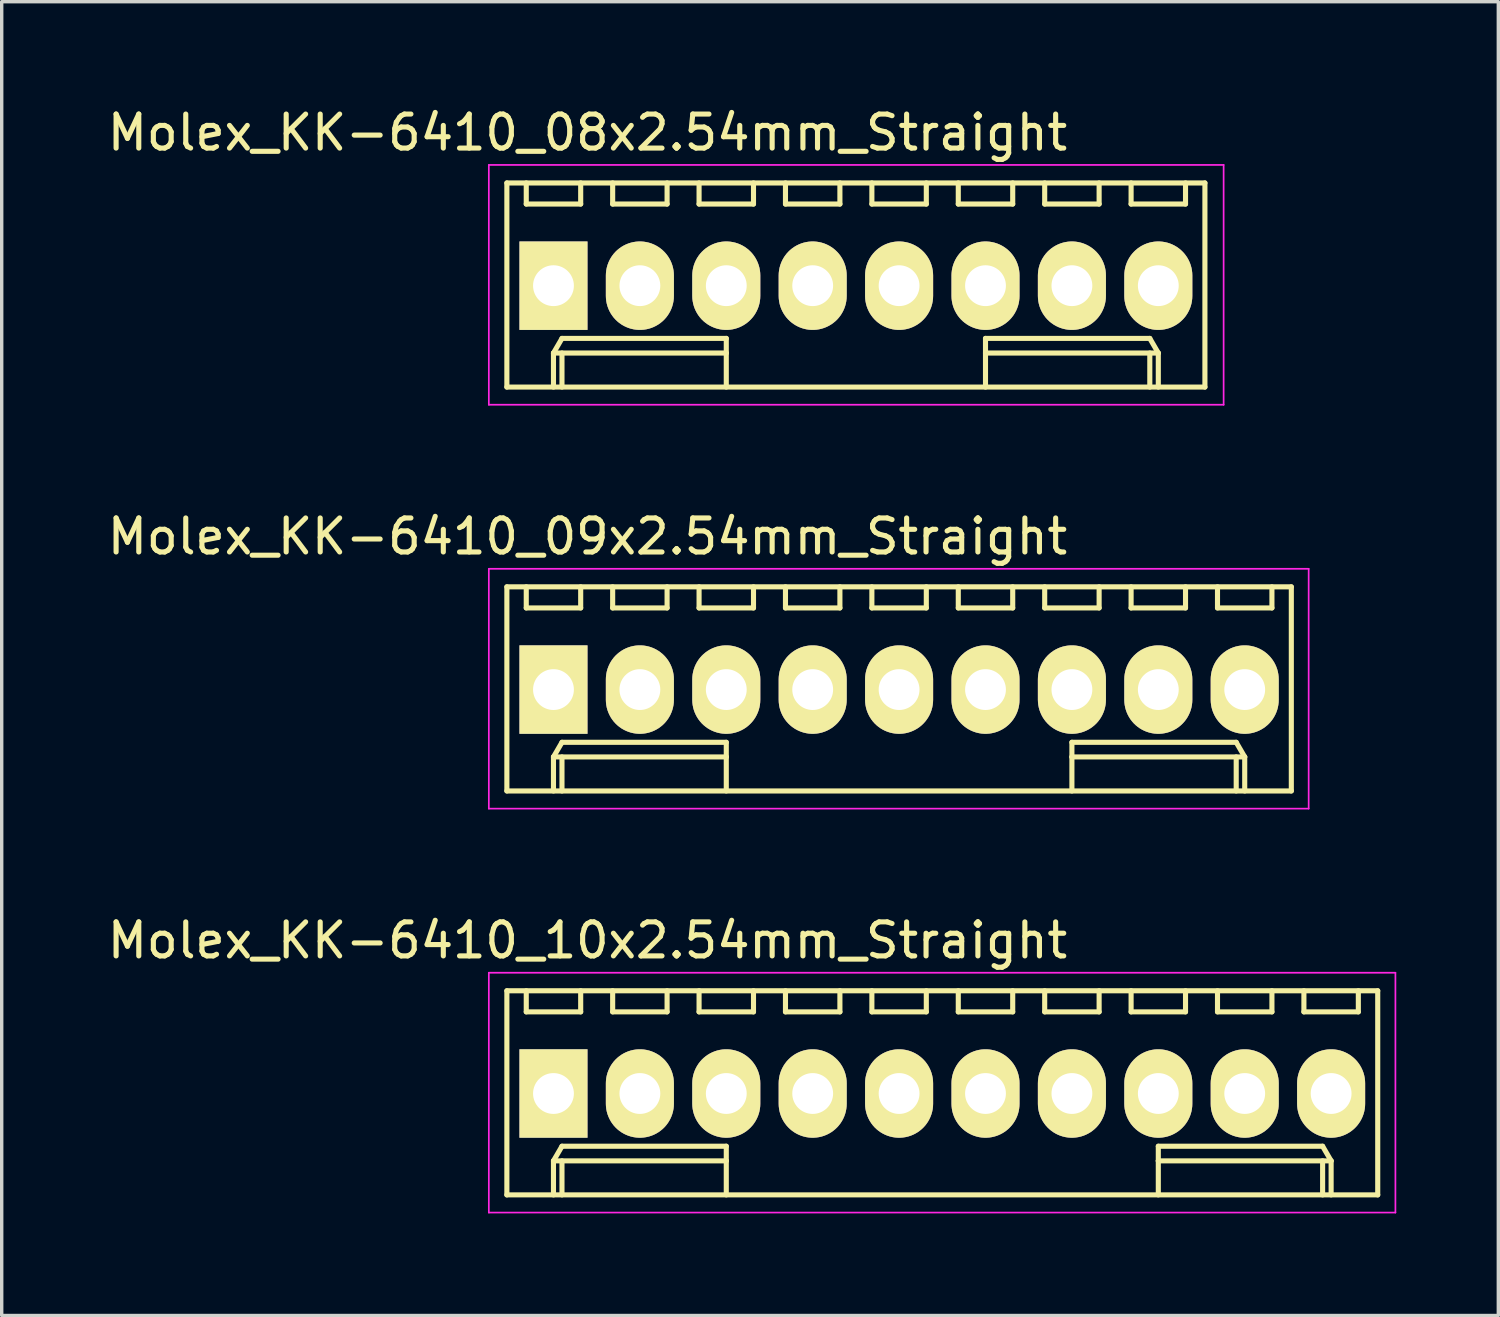
<source format=kicad_pcb>
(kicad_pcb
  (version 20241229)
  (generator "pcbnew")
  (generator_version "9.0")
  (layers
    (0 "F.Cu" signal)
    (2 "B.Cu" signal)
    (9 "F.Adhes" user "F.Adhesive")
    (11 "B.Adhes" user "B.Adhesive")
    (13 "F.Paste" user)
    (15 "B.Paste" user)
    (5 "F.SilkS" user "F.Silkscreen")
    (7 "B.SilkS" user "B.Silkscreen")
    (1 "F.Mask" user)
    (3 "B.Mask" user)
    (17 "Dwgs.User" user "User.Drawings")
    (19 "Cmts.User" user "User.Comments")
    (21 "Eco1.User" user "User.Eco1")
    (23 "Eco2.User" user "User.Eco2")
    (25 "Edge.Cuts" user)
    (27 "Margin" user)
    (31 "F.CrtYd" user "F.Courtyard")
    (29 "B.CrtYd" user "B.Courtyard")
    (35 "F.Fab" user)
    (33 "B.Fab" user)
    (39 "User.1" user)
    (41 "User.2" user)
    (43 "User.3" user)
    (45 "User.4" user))
  (footprint "Molex_KK-6410_09x2.54mm_Straight"
    (layer "F.Cu")
    (at 13.22 17.221)
    (property "Reference" "Molex_KK-6410_09x2.54mm_Straight" (at 1 -4.5 0) (layer "F.SilkS") (effects (font (size 1 1) (thickness 0.15))))
    (attr through_hole)
    (fp_line (start -1.37 -3.02) (end -1.37 2.98) (stroke (width 0.15) (type solid)) (layer "F.SilkS"))
    (fp_line (start -1.37 2.98) (end 21.69 2.98) (stroke (width 0.15) (type solid)) (layer "F.SilkS"))
    (fp_line (start -0.8 -3.02) (end -0.8 -2.4) (stroke (width 0.15) (type solid)) (layer "F.SilkS"))
    (fp_line (start -0.8 -2.4) (end 0.8 -2.4) (stroke (width 0.15) (type solid)) (layer "F.SilkS"))
    (fp_line (start 0 1.98) (end 0.25 1.55) (stroke (width 0.15) (type solid)) (layer "F.SilkS"))
    (fp_line (start 0 1.98) (end 5.08 1.98) (stroke (width 0.15) (type solid)) (layer "F.SilkS"))
    (fp_line (start 0 2.98) (end 0 1.98) (stroke (width 0.15) (type solid)) (layer "F.SilkS"))
    (fp_line (start 0.25 1.55) (end 5.08 1.55) (stroke (width 0.15) (type solid)) (layer "F.SilkS"))
    (fp_line (start 0.25 2.98) (end 0.25 1.98) (stroke (width 0.15) (type solid)) (layer "F.SilkS"))
    (fp_line (start 0.8 -2.4) (end 0.8 -3.02) (stroke (width 0.15) (type solid)) (layer "F.SilkS"))
    (fp_line (start 1.74 -3.02) (end 1.74 -2.4) (stroke (width 0.15) (type solid)) (layer "F.SilkS"))
    (fp_line (start 1.74 -2.4) (end 3.34 -2.4) (stroke (width 0.15) (type solid)) (layer "F.SilkS"))
    (fp_line (start 3.34 -2.4) (end 3.34 -3.02) (stroke (width 0.15) (type solid)) (layer "F.SilkS"))
    (fp_line (start 4.28 -3.02) (end 4.28 -2.4) (stroke (width 0.15) (type solid)) (layer "F.SilkS"))
    (fp_line (start 4.28 -2.4) (end 5.88 -2.4) (stroke (width 0.15) (type solid)) (layer "F.SilkS"))
    (fp_line (start 5.08 1.55) (end 5.08 1.98) (stroke (width 0.15) (type solid)) (layer "F.SilkS"))
    (fp_line (start 5.08 1.98) (end 5.08 2.98) (stroke (width 0.15) (type solid)) (layer "F.SilkS"))
    (fp_line (start 5.88 -2.4) (end 5.88 -3.02) (stroke (width 0.15) (type solid)) (layer "F.SilkS"))
    (fp_line (start 6.82 -3.02) (end 6.82 -2.4) (stroke (width 0.15) (type solid)) (layer "F.SilkS"))
    (fp_line (start 6.82 -2.4) (end 8.42 -2.4) (stroke (width 0.15) (type solid)) (layer "F.SilkS"))
    (fp_line (start 8.42 -2.4) (end 8.42 -3.02) (stroke (width 0.15) (type solid)) (layer "F.SilkS"))
    (fp_line (start 9.36 -3.02) (end 9.36 -2.4) (stroke (width 0.15) (type solid)) (layer "F.SilkS"))
    (fp_line (start 9.36 -2.4) (end 10.96 -2.4) (stroke (width 0.15) (type solid)) (layer "F.SilkS"))
    (fp_line (start 10.96 -2.4) (end 10.96 -3.02) (stroke (width 0.15) (type solid)) (layer "F.SilkS"))
    (fp_line (start 11.9 -3.02) (end 11.9 -2.4) (stroke (width 0.15) (type solid)) (layer "F.SilkS"))
    (fp_line (start 11.9 -2.4) (end 13.5 -2.4) (stroke (width 0.15) (type solid)) (layer "F.SilkS"))
    (fp_line (start 13.5 -2.4) (end 13.5 -3.02) (stroke (width 0.15) (type solid)) (layer "F.SilkS"))
    (fp_line (start 14.44 -3.02) (end 14.44 -2.4) (stroke (width 0.15) (type solid)) (layer "F.SilkS"))
    (fp_line (start 14.44 -2.4) (end 16.04 -2.4) (stroke (width 0.15) (type solid)) (layer "F.SilkS"))
    (fp_line (start 15.24 1.55) (end 15.24 1.98) (stroke (width 0.15) (type solid)) (layer "F.SilkS"))
    (fp_line (start 15.24 1.98) (end 15.24 2.98) (stroke (width 0.15) (type solid)) (layer "F.SilkS"))
    (fp_line (start 16.04 -2.4) (end 16.04 -3.02) (stroke (width 0.15) (type solid)) (layer "F.SilkS"))
    (fp_line (start 16.98 -3.02) (end 16.98 -2.4) (stroke (width 0.15) (type solid)) (layer "F.SilkS"))
    (fp_line (start 16.98 -2.4) (end 18.58 -2.4) (stroke (width 0.15) (type solid)) (layer "F.SilkS"))
    (fp_line (start 18.58 -2.4) (end 18.58 -3.02) (stroke (width 0.15) (type solid)) (layer "F.SilkS"))
    (fp_line (start 19.52 -3.02) (end 19.52 -2.4) (stroke (width 0.15) (type solid)) (layer "F.SilkS"))
    (fp_line (start 19.52 -2.4) (end 21.12 -2.4) (stroke (width 0.15) (type solid)) (layer "F.SilkS"))
    (fp_line (start 20.07 1.55) (end 15.24 1.55) (stroke (width 0.15) (type solid)) (layer "F.SilkS"))
    (fp_line (start 20.07 2.98) (end 20.07 1.98) (stroke (width 0.15) (type solid)) (layer "F.SilkS"))
    (fp_line (start 20.32 1.98) (end 15.24 1.98) (stroke (width 0.15) (type solid)) (layer "F.SilkS"))
    (fp_line (start 20.32 1.98) (end 20.07 1.55) (stroke (width 0.15) (type solid)) (layer "F.SilkS"))
    (fp_line (start 20.32 2.98) (end 20.32 1.98) (stroke (width 0.15) (type solid)) (layer "F.SilkS"))
    (fp_line (start 21.12 -2.4) (end 21.12 -3.02) (stroke (width 0.15) (type solid)) (layer "F.SilkS"))
    (fp_line (start 21.69 -3.02) (end -1.37 -3.02) (stroke (width 0.15) (type solid)) (layer "F.SilkS"))
    (fp_line (start 21.69 2.98) (end 21.69 -3.02) (stroke (width 0.15) (type solid)) (layer "F.SilkS"))
    (fp_line (start -1.9 -3.55) (end 22.2 -3.55) (stroke (width 0.05) (type solid)) (layer "F.CrtYd"))
    (fp_line (start -1.9 3.5) (end -1.9 -3.55) (stroke (width 0.05) (type solid)) (layer "F.CrtYd"))
    (fp_line (start 22.2 -3.55) (end 22.2 3.5) (stroke (width 0.05) (type solid)) (layer "F.CrtYd"))
    (fp_line (start 22.2 3.5) (end -1.9 3.5) (stroke (width 0.05) (type solid)) (layer "F.CrtYd"))
    (pad "1" thru_hole rect (at 0 0) (size 2 2.6) (drill 1.2) (layers "*.Cu" "*.Mask" "F.SilkS"))
    (pad "2" thru_hole oval (at 2.54 0) (size 2 2.6) (drill 1.2) (layers "*.Cu" "*.Mask" "F.SilkS"))
    (pad "3" thru_hole oval (at 5.08 0) (size 2 2.6) (drill 1.2) (layers "*.Cu" "*.Mask" "F.SilkS"))
    (pad "4" thru_hole oval (at 7.62 0) (size 2 2.6) (drill 1.2) (layers "*.Cu" "*.Mask" "F.SilkS"))
    (pad "5" thru_hole oval (at 10.16 0) (size 2 2.6) (drill 1.2) (layers "*.Cu" "*.Mask" "F.SilkS"))
    (pad "6" thru_hole oval (at 12.7 0) (size 2 2.6) (drill 1.2) (layers "*.Cu" "*.Mask" "F.SilkS"))
    (pad "7" thru_hole oval (at 15.24 0) (size 2 2.6) (drill 1.2) (layers "*.Cu" "*.Mask" "F.SilkS"))
    (pad "8" thru_hole oval (at 17.78 0) (size 2 2.6) (drill 1.2) (layers "*.Cu" "*.Mask" "F.SilkS"))
    (pad "9" thru_hole oval (at 20.32 0) (size 2 2.6) (drill 1.2) (layers "*.Cu" "*.Mask" "F.SilkS")))
  (footprint "Molex_KK-6410_10x2.54mm_Straight"
    (layer "F.Cu")
    (at 13.22 29.095)
    (property "Reference" "Molex_KK-6410_10x2.54mm_Straight" (at 1 -4.5 0) (layer "F.SilkS") (effects (font (size 1 1) (thickness 0.15))))
    (attr through_hole)
    (fp_line (start -1.37 -3.02) (end -1.37 2.98) (stroke (width 0.15) (type solid)) (layer "F.SilkS"))
    (fp_line (start -1.37 2.98) (end 24.23 2.98) (stroke (width 0.15) (type solid)) (layer "F.SilkS"))
    (fp_line (start -0.8 -3.02) (end -0.8 -2.4) (stroke (width 0.15) (type solid)) (layer "F.SilkS"))
    (fp_line (start -0.8 -2.4) (end 0.8 -2.4) (stroke (width 0.15) (type solid)) (layer "F.SilkS"))
    (fp_line (start 0 1.98) (end 0.25 1.55) (stroke (width 0.15) (type solid)) (layer "F.SilkS"))
    (fp_line (start 0 1.98) (end 5.08 1.98) (stroke (width 0.15) (type solid)) (layer "F.SilkS"))
    (fp_line (start 0 2.98) (end 0 1.98) (stroke (width 0.15) (type solid)) (layer "F.SilkS"))
    (fp_line (start 0.25 1.55) (end 5.08 1.55) (stroke (width 0.15) (type solid)) (layer "F.SilkS"))
    (fp_line (start 0.25 2.98) (end 0.25 1.98) (stroke (width 0.15) (type solid)) (layer "F.SilkS"))
    (fp_line (start 0.8 -2.4) (end 0.8 -3.02) (stroke (width 0.15) (type solid)) (layer "F.SilkS"))
    (fp_line (start 1.74 -3.02) (end 1.74 -2.4) (stroke (width 0.15) (type solid)) (layer "F.SilkS"))
    (fp_line (start 1.74 -2.4) (end 3.34 -2.4) (stroke (width 0.15) (type solid)) (layer "F.SilkS"))
    (fp_line (start 3.34 -2.4) (end 3.34 -3.02) (stroke (width 0.15) (type solid)) (layer "F.SilkS"))
    (fp_line (start 4.28 -3.02) (end 4.28 -2.4) (stroke (width 0.15) (type solid)) (layer "F.SilkS"))
    (fp_line (start 4.28 -2.4) (end 5.88 -2.4) (stroke (width 0.15) (type solid)) (layer "F.SilkS"))
    (fp_line (start 5.08 1.55) (end 5.08 1.98) (stroke (width 0.15) (type solid)) (layer "F.SilkS"))
    (fp_line (start 5.08 1.98) (end 5.08 2.98) (stroke (width 0.15) (type solid)) (layer "F.SilkS"))
    (fp_line (start 5.88 -2.4) (end 5.88 -3.02) (stroke (width 0.15) (type solid)) (layer "F.SilkS"))
    (fp_line (start 6.82 -3.02) (end 6.82 -2.4) (stroke (width 0.15) (type solid)) (layer "F.SilkS"))
    (fp_line (start 6.82 -2.4) (end 8.42 -2.4) (stroke (width 0.15) (type solid)) (layer "F.SilkS"))
    (fp_line (start 8.42 -2.4) (end 8.42 -3.02) (stroke (width 0.15) (type solid)) (layer "F.SilkS"))
    (fp_line (start 9.36 -3.02) (end 9.36 -2.4) (stroke (width 0.15) (type solid)) (layer "F.SilkS"))
    (fp_line (start 9.36 -2.4) (end 10.96 -2.4) (stroke (width 0.15) (type solid)) (layer "F.SilkS"))
    (fp_line (start 10.96 -2.4) (end 10.96 -3.02) (stroke (width 0.15) (type solid)) (layer "F.SilkS"))
    (fp_line (start 11.9 -3.02) (end 11.9 -2.4) (stroke (width 0.15) (type solid)) (layer "F.SilkS"))
    (fp_line (start 11.9 -2.4) (end 13.5 -2.4) (stroke (width 0.15) (type solid)) (layer "F.SilkS"))
    (fp_line (start 13.5 -2.4) (end 13.5 -3.02) (stroke (width 0.15) (type solid)) (layer "F.SilkS"))
    (fp_line (start 14.44 -3.02) (end 14.44 -2.4) (stroke (width 0.15) (type solid)) (layer "F.SilkS"))
    (fp_line (start 14.44 -2.4) (end 16.04 -2.4) (stroke (width 0.15) (type solid)) (layer "F.SilkS"))
    (fp_line (start 16.04 -2.4) (end 16.04 -3.02) (stroke (width 0.15) (type solid)) (layer "F.SilkS"))
    (fp_line (start 16.98 -3.02) (end 16.98 -2.4) (stroke (width 0.15) (type solid)) (layer "F.SilkS"))
    (fp_line (start 16.98 -2.4) (end 18.58 -2.4) (stroke (width 0.15) (type solid)) (layer "F.SilkS"))
    (fp_line (start 17.78 1.55) (end 17.78 1.98) (stroke (width 0.15) (type solid)) (layer "F.SilkS"))
    (fp_line (start 17.78 1.98) (end 17.78 2.98) (stroke (width 0.15) (type solid)) (layer "F.SilkS"))
    (fp_line (start 18.58 -2.4) (end 18.58 -3.02) (stroke (width 0.15) (type solid)) (layer "F.SilkS"))
    (fp_line (start 19.52 -3.02) (end 19.52 -2.4) (stroke (width 0.15) (type solid)) (layer "F.SilkS"))
    (fp_line (start 19.52 -2.4) (end 21.12 -2.4) (stroke (width 0.15) (type solid)) (layer "F.SilkS"))
    (fp_line (start 21.12 -2.4) (end 21.12 -3.02) (stroke (width 0.15) (type solid)) (layer "F.SilkS"))
    (fp_line (start 22.06 -3.02) (end 22.06 -2.4) (stroke (width 0.15) (type solid)) (layer "F.SilkS"))
    (fp_line (start 22.06 -2.4) (end 23.66 -2.4) (stroke (width 0.15) (type solid)) (layer "F.SilkS"))
    (fp_line (start 22.61 1.55) (end 17.78 1.55) (stroke (width 0.15) (type solid)) (layer "F.SilkS"))
    (fp_line (start 22.61 2.98) (end 22.61 1.98) (stroke (width 0.15) (type solid)) (layer "F.SilkS"))
    (fp_line (start 22.86 1.98) (end 17.78 1.98) (stroke (width 0.15) (type solid)) (layer "F.SilkS"))
    (fp_line (start 22.86 1.98) (end 22.61 1.55) (stroke (width 0.15) (type solid)) (layer "F.SilkS"))
    (fp_line (start 22.86 2.98) (end 22.86 1.98) (stroke (width 0.15) (type solid)) (layer "F.SilkS"))
    (fp_line (start 23.66 -2.4) (end 23.66 -3.02) (stroke (width 0.15) (type solid)) (layer "F.SilkS"))
    (fp_line (start 24.23 -3.02) (end -1.37 -3.02) (stroke (width 0.15) (type solid)) (layer "F.SilkS"))
    (fp_line (start 24.23 2.98) (end 24.23 -3.02) (stroke (width 0.15) (type solid)) (layer "F.SilkS"))
    (fp_line (start -1.9 -3.55) (end 24.75 -3.55) (stroke (width 0.05) (type solid)) (layer "F.CrtYd"))
    (fp_line (start -1.9 3.5) (end -1.9 -3.55) (stroke (width 0.05) (type solid)) (layer "F.CrtYd"))
    (fp_line (start 24.75 -3.55) (end 24.75 3.5) (stroke (width 0.05) (type solid)) (layer "F.CrtYd"))
    (fp_line (start 24.75 3.5) (end -1.9 3.5) (stroke (width 0.05) (type solid)) (layer "F.CrtYd"))
    (pad "1" thru_hole rect (at 0 0) (size 2 2.6) (drill 1.2) (layers "*.Cu" "*.Mask" "F.SilkS"))
    (pad "2" thru_hole oval (at 2.54 0) (size 2 2.6) (drill 1.2) (layers "*.Cu" "*.Mask" "F.SilkS"))
    (pad "3" thru_hole oval (at 5.08 0) (size 2 2.6) (drill 1.2) (layers "*.Cu" "*.Mask" "F.SilkS"))
    (pad "4" thru_hole oval (at 7.62 0) (size 2 2.6) (drill 1.2) (layers "*.Cu" "*.Mask" "F.SilkS"))
    (pad "5" thru_hole oval (at 10.16 0) (size 2 2.6) (drill 1.2) (layers "*.Cu" "*.Mask" "F.SilkS"))
    (pad "6" thru_hole oval (at 12.7 0) (size 2 2.6) (drill 1.2) (layers "*.Cu" "*.Mask" "F.SilkS"))
    (pad "7" thru_hole oval (at 15.24 0) (size 2 2.6) (drill 1.2) (layers "*.Cu" "*.Mask" "F.SilkS"))
    (pad "8" thru_hole oval (at 17.78 0) (size 2 2.6) (drill 1.2) (layers "*.Cu" "*.Mask" "F.SilkS"))
    (pad "9" thru_hole oval (at 20.32 0) (size 2 2.6) (drill 1.2) (layers "*.Cu" "*.Mask" "F.SilkS"))
    (pad "10" thru_hole oval (at 22.86 0) (size 2 2.6) (drill 1.2) (layers "*.Cu" "*.Mask" "F.SilkS")))
  (footprint "Molex_KK-6410_08x2.54mm_Straight"
    (layer "F.Cu")
    (at 13.22 5.348)
    (property "Reference" "Molex_KK-6410_08x2.54mm_Straight" (at 1 -4.5 0) (layer "F.SilkS") (effects (font (size 1 1) (thickness 0.15))))
    (attr through_hole)
    (fp_line (start -1.37 -3.02) (end -1.37 2.98) (stroke (width 0.15) (type solid)) (layer "F.SilkS"))
    (fp_line (start -1.37 2.98) (end 19.15 2.98) (stroke (width 0.15) (type solid)) (layer "F.SilkS"))
    (fp_line (start -0.8 -3.02) (end -0.8 -2.4) (stroke (width 0.15) (type solid)) (layer "F.SilkS"))
    (fp_line (start -0.8 -2.4) (end 0.8 -2.4) (stroke (width 0.15) (type solid)) (layer "F.SilkS"))
    (fp_line (start 0 1.98) (end 0.25 1.55) (stroke (width 0.15) (type solid)) (layer "F.SilkS"))
    (fp_line (start 0 1.98) (end 5.08 1.98) (stroke (width 0.15) (type solid)) (layer "F.SilkS"))
    (fp_line (start 0 2.98) (end 0 1.98) (stroke (width 0.15) (type solid)) (layer "F.SilkS"))
    (fp_line (start 0.25 1.55) (end 5.08 1.55) (stroke (width 0.15) (type solid)) (layer "F.SilkS"))
    (fp_line (start 0.25 2.98) (end 0.25 1.98) (stroke (width 0.15) (type solid)) (layer "F.SilkS"))
    (fp_line (start 0.8 -2.4) (end 0.8 -3.02) (stroke (width 0.15) (type solid)) (layer "F.SilkS"))
    (fp_line (start 1.74 -3.02) (end 1.74 -2.4) (stroke (width 0.15) (type solid)) (layer "F.SilkS"))
    (fp_line (start 1.74 -2.4) (end 3.34 -2.4) (stroke (width 0.15) (type solid)) (layer "F.SilkS"))
    (fp_line (start 3.34 -2.4) (end 3.34 -3.02) (stroke (width 0.15) (type solid)) (layer "F.SilkS"))
    (fp_line (start 4.28 -3.02) (end 4.28 -2.4) (stroke (width 0.15) (type solid)) (layer "F.SilkS"))
    (fp_line (start 4.28 -2.4) (end 5.88 -2.4) (stroke (width 0.15) (type solid)) (layer "F.SilkS"))
    (fp_line (start 5.08 1.55) (end 5.08 1.98) (stroke (width 0.15) (type solid)) (layer "F.SilkS"))
    (fp_line (start 5.08 1.98) (end 5.08 2.98) (stroke (width 0.15) (type solid)) (layer "F.SilkS"))
    (fp_line (start 5.88 -2.4) (end 5.88 -3.02) (stroke (width 0.15) (type solid)) (layer "F.SilkS"))
    (fp_line (start 6.82 -3.02) (end 6.82 -2.4) (stroke (width 0.15) (type solid)) (layer "F.SilkS"))
    (fp_line (start 6.82 -2.4) (end 8.42 -2.4) (stroke (width 0.15) (type solid)) (layer "F.SilkS"))
    (fp_line (start 8.42 -2.4) (end 8.42 -3.02) (stroke (width 0.15) (type solid)) (layer "F.SilkS"))
    (fp_line (start 9.36 -3.02) (end 9.36 -2.4) (stroke (width 0.15) (type solid)) (layer "F.SilkS"))
    (fp_line (start 9.36 -2.4) (end 10.96 -2.4) (stroke (width 0.15) (type solid)) (layer "F.SilkS"))
    (fp_line (start 10.96 -2.4) (end 10.96 -3.02) (stroke (width 0.15) (type solid)) (layer "F.SilkS"))
    (fp_line (start 11.9 -3.02) (end 11.9 -2.4) (stroke (width 0.15) (type solid)) (layer "F.SilkS"))
    (fp_line (start 11.9 -2.4) (end 13.5 -2.4) (stroke (width 0.15) (type solid)) (layer "F.SilkS"))
    (fp_line (start 12.7 1.55) (end 12.7 1.98) (stroke (width 0.15) (type solid)) (layer "F.SilkS"))
    (fp_line (start 12.7 1.98) (end 12.7 2.98) (stroke (width 0.15) (type solid)) (layer "F.SilkS"))
    (fp_line (start 13.5 -2.4) (end 13.5 -3.02) (stroke (width 0.15) (type solid)) (layer "F.SilkS"))
    (fp_line (start 14.44 -3.02) (end 14.44 -2.4) (stroke (width 0.15) (type solid)) (layer "F.SilkS"))
    (fp_line (start 14.44 -2.4) (end 16.04 -2.4) (stroke (width 0.15) (type solid)) (layer "F.SilkS"))
    (fp_line (start 16.04 -2.4) (end 16.04 -3.02) (stroke (width 0.15) (type solid)) (layer "F.SilkS"))
    (fp_line (start 16.98 -3.02) (end 16.98 -2.4) (stroke (width 0.15) (type solid)) (layer "F.SilkS"))
    (fp_line (start 16.98 -2.4) (end 18.58 -2.4) (stroke (width 0.15) (type solid)) (layer "F.SilkS"))
    (fp_line (start 17.53 1.55) (end 12.7 1.55) (stroke (width 0.15) (type solid)) (layer "F.SilkS"))
    (fp_line (start 17.53 2.98) (end 17.53 1.98) (stroke (width 0.15) (type solid)) (layer "F.SilkS"))
    (fp_line (start 17.78 1.98) (end 12.7 1.98) (stroke (width 0.15) (type solid)) (layer "F.SilkS"))
    (fp_line (start 17.78 1.98) (end 17.53 1.55) (stroke (width 0.15) (type solid)) (layer "F.SilkS"))
    (fp_line (start 17.78 2.98) (end 17.78 1.98) (stroke (width 0.15) (type solid)) (layer "F.SilkS"))
    (fp_line (start 18.58 -2.4) (end 18.58 -3.02) (stroke (width 0.15) (type solid)) (layer "F.SilkS"))
    (fp_line (start 19.15 -3.02) (end -1.37 -3.02) (stroke (width 0.15) (type solid)) (layer "F.SilkS"))
    (fp_line (start 19.15 2.98) (end 19.15 -3.02) (stroke (width 0.15) (type solid)) (layer "F.SilkS"))
    (fp_line (start -1.9 -3.55) (end 19.7 -3.55) (stroke (width 0.05) (type solid)) (layer "F.CrtYd"))
    (fp_line (start -1.9 3.5) (end -1.9 -3.55) (stroke (width 0.05) (type solid)) (layer "F.CrtYd"))
    (fp_line (start 19.7 -3.55) (end 19.7 3.5) (stroke (width 0.05) (type solid)) (layer "F.CrtYd"))
    (fp_line (start 19.7 3.5) (end -1.9 3.5) (stroke (width 0.05) (type solid)) (layer "F.CrtYd"))
    (pad "1" thru_hole rect (at 0 0) (size 2 2.6) (drill 1.2) (layers "*.Cu" "*.Mask" "F.SilkS"))
    (pad "2" thru_hole oval (at 2.54 0) (size 2 2.6) (drill 1.2) (layers "*.Cu" "*.Mask" "F.SilkS"))
    (pad "3" thru_hole oval (at 5.08 0) (size 2 2.6) (drill 1.2) (layers "*.Cu" "*.Mask" "F.SilkS"))
    (pad "4" thru_hole oval (at 7.62 0) (size 2 2.6) (drill 1.2) (layers "*.Cu" "*.Mask" "F.SilkS"))
    (pad "5" thru_hole oval (at 10.16 0) (size 2 2.6) (drill 1.2) (layers "*.Cu" "*.Mask" "F.SilkS"))
    (pad "6" thru_hole oval (at 12.7 0) (size 2 2.6) (drill 1.2) (layers "*.Cu" "*.Mask" "F.SilkS"))
    (pad "7" thru_hole oval (at 15.24 0) (size 2 2.6) (drill 1.2) (layers "*.Cu" "*.Mask" "F.SilkS"))
    (pad "8" thru_hole oval (at 17.78 0) (size 2 2.6) (drill 1.2) (layers "*.Cu" "*.Mask" "F.SilkS")))
  (gr_rect
    (start -3 -3)
    (end 40.995 35.62)
    (stroke (width 0.1) (type default))
    (fill no)
    (layer "Edge.Cuts")))
</source>
